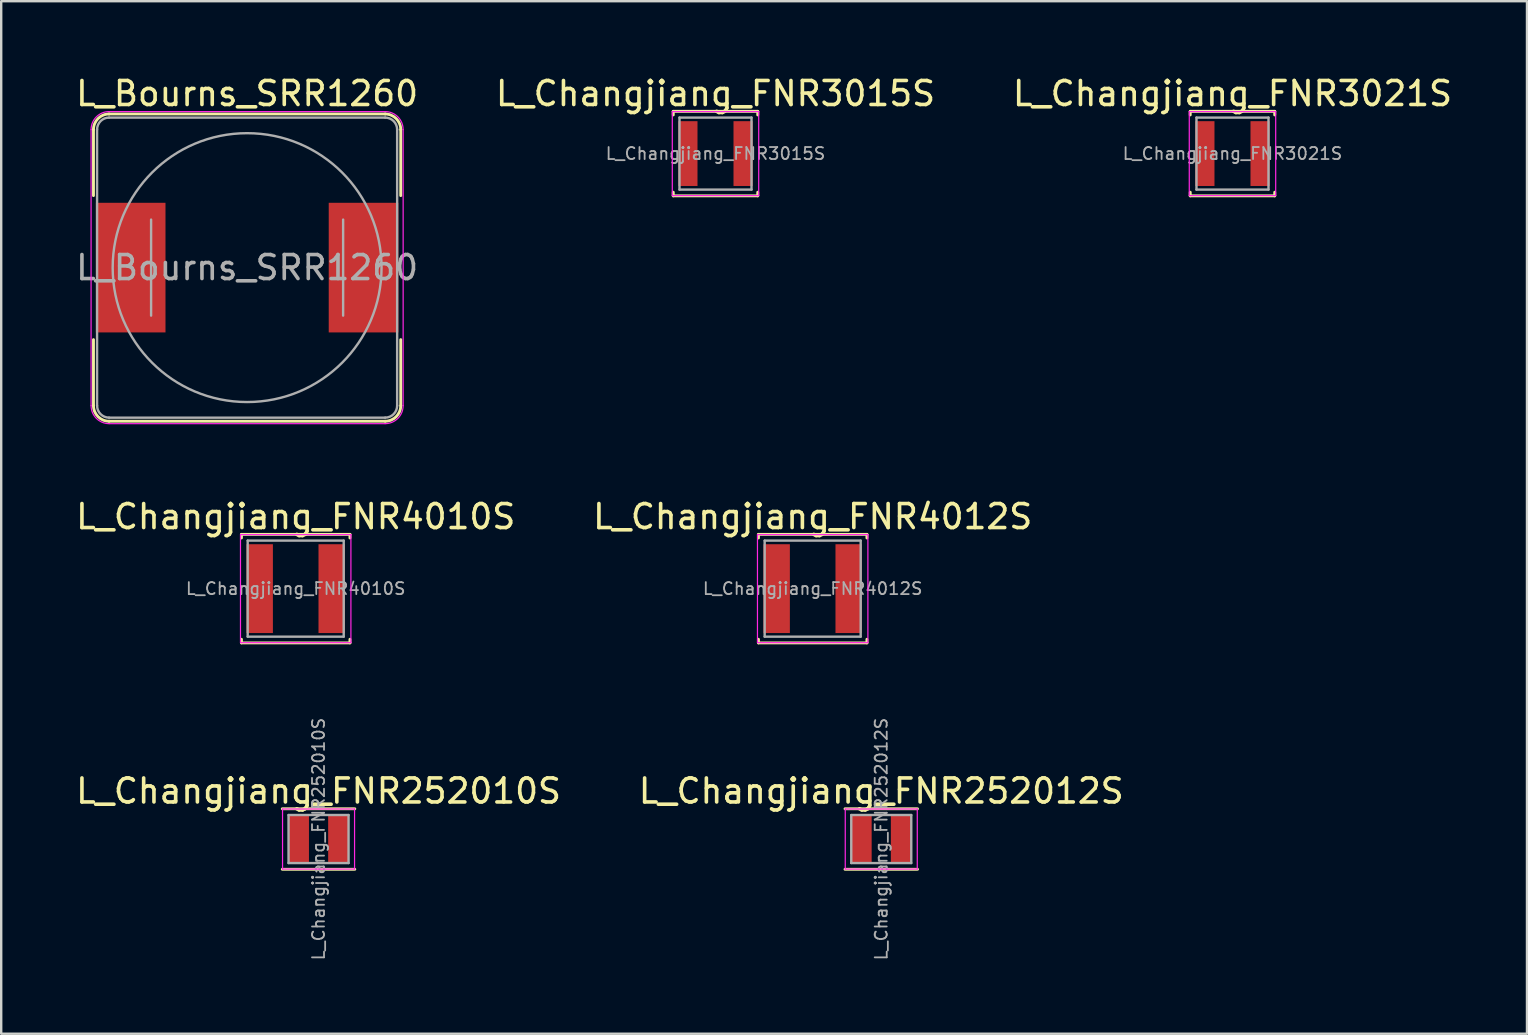
<source format=kicad_pcb>
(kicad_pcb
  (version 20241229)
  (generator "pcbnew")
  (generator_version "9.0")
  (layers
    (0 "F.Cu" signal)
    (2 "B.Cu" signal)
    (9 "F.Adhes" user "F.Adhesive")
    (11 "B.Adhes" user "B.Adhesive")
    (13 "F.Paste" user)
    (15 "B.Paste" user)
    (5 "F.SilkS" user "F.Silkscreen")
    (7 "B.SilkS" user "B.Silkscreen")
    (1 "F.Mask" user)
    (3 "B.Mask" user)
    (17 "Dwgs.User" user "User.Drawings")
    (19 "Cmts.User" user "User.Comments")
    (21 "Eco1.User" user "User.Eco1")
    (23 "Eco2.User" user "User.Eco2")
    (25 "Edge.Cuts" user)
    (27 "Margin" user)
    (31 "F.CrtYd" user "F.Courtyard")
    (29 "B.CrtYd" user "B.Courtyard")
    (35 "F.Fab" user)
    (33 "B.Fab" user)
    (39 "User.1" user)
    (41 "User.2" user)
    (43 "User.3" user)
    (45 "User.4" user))
  (footprint "L_Changjiang_FNR3015S"
    (layer "F.Cu")
    (at 26.756 3.348)
    (property "Reference" "L_Changjiang_FNR3015S" (at 0 -2.5 0) (layer "F.SilkS") (effects (font (size 1 1) (thickness 0.15))))
    (attr smd)
    (fp_line (start -1.76 -1.76) (end -1.76 -1.61) (stroke (width 0.12) (type solid)) (layer "F.SilkS"))
    (fp_line (start -1.76 -1.76) (end 1.76 -1.76) (stroke (width 0.12) (type solid)) (layer "F.SilkS"))
    (fp_line (start -1.76 1.76) (end -1.76 1.61) (stroke (width 0.12) (type solid)) (layer "F.SilkS"))
    (fp_line (start -1.76 1.76) (end 1.76 1.76) (stroke (width 0.12) (type solid)) (layer "F.SilkS"))
    (fp_line (start 1.76 -1.76) (end 1.76 -1.61) (stroke (width 0.12) (type solid)) (layer "F.SilkS"))
    (fp_line (start 1.76 1.76) (end 1.76 1.61) (stroke (width 0.12) (type solid)) (layer "F.SilkS"))
    (fp_line (start -1.8 -1.75) (end -1.8 1.75) (stroke (width 0.05) (type solid)) (layer "F.CrtYd"))
    (fp_line (start -1.8 1.75) (end 1.8 1.75) (stroke (width 0.05) (type solid)) (layer "F.CrtYd"))
    (fp_line (start 1.8 -1.75) (end -1.8 -1.75) (stroke (width 0.05) (type solid)) (layer "F.CrtYd"))
    (fp_line (start 1.8 1.75) (end 1.8 -1.75) (stroke (width 0.05) (type solid)) (layer "F.CrtYd"))
    (fp_line (start -1.5 -1.5) (end -1.5 1.5) (stroke (width 0.1) (type solid)) (layer "F.Fab"))
    (fp_line (start -1.5 1.5) (end 1.5 1.5) (stroke (width 0.1) (type solid)) (layer "F.Fab"))
    (fp_line (start 1.5 -1.5) (end -1.5 -1.5) (stroke (width 0.1) (type solid)) (layer "F.Fab"))
    (fp_line (start 1.5 1.5) (end 1.5 -1.5) (stroke (width 0.1) (type solid)) (layer "F.Fab"))
    (fp_text user "${REFERENCE}" (at 0 0 0) (layer "F.Fab") (effects (font (size 0.5 0.5) (thickness 0.075))))
    (pad "1" smd rect (at -1.15 0) (size 0.8 2.7) (layers "F.Cu" "F.Mask" "F.Paste"))
    (pad "2" smd rect (at 1.15 0) (size 0.8 2.7) (layers "F.Cu" "F.Mask" "F.Paste")))
  (footprint "L_Changjiang_FNR4012S"
    (layer "F.Cu")
    (at 30.804 21.471)
    (property "Reference" "L_Changjiang_FNR4012S" (at 0 -3 0) (layer "F.SilkS") (effects (font (size 1 1) (thickness 0.15))))
    (attr smd)
    (fp_line (start -2.26 -2.26) (end -2.26 -2.11) (stroke (width 0.12) (type solid)) (layer "F.SilkS"))
    (fp_line (start -2.26 -2.26) (end 2.26 -2.26) (stroke (width 0.12) (type solid)) (layer "F.SilkS"))
    (fp_line (start -2.26 2.26) (end -2.26 2.11) (stroke (width 0.12) (type solid)) (layer "F.SilkS"))
    (fp_line (start -2.26 2.26) (end 2.26 2.26) (stroke (width 0.12) (type solid)) (layer "F.SilkS"))
    (fp_line (start 2.26 -2.26) (end 2.26 -2.11) (stroke (width 0.12) (type solid)) (layer "F.SilkS"))
    (fp_line (start 2.26 2.26) (end 2.26 2.11) (stroke (width 0.12) (type solid)) (layer "F.SilkS"))
    (fp_line (start -2.3 -2.25) (end -2.3 2.25) (stroke (width 0.05) (type solid)) (layer "F.CrtYd"))
    (fp_line (start -2.3 2.25) (end 2.3 2.25) (stroke (width 0.05) (type solid)) (layer "F.CrtYd"))
    (fp_line (start 2.3 -2.25) (end -2.3 -2.25) (stroke (width 0.05) (type solid)) (layer "F.CrtYd"))
    (fp_line (start 2.3 2.25) (end 2.3 -2.25) (stroke (width 0.05) (type solid)) (layer "F.CrtYd"))
    (fp_line (start -2 -2) (end -2 2) (stroke (width 0.1) (type solid)) (layer "F.Fab"))
    (fp_line (start -2 2) (end 2 2) (stroke (width 0.1) (type solid)) (layer "F.Fab"))
    (fp_line (start 2 -2) (end -2 -2) (stroke (width 0.1) (type solid)) (layer "F.Fab"))
    (fp_line (start 2 2) (end 2 -2) (stroke (width 0.1) (type solid)) (layer "F.Fab"))
    (fp_text user "${REFERENCE}" (at 0 0 0) (layer "F.Fab") (effects (font (size 0.5 0.5) (thickness 0.075))))
    (pad "1" smd rect (at -1.5 0) (size 1.1 3.7) (layers "F.Cu" "F.Mask" "F.Paste"))
    (pad "2" smd rect (at 1.5 0) (size 1.1 3.7) (layers "F.Cu" "F.Mask" "F.Paste")))
  (footprint "L_Changjiang_FNR3021S"
    (layer "F.Cu")
    (at 48.292 3.348)
    (property "Reference" "L_Changjiang_FNR3021S" (at 0 -2.5 0) (layer "F.SilkS") (effects (font (size 1 1) (thickness 0.15))))
    (attr smd)
    (fp_line (start -1.76 -1.76) (end -1.76 -1.61) (stroke (width 0.12) (type solid)) (layer "F.SilkS"))
    (fp_line (start -1.76 -1.76) (end 1.76 -1.76) (stroke (width 0.12) (type solid)) (layer "F.SilkS"))
    (fp_line (start -1.76 1.76) (end -1.76 1.61) (stroke (width 0.12) (type solid)) (layer "F.SilkS"))
    (fp_line (start -1.76 1.76) (end 1.76 1.76) (stroke (width 0.12) (type solid)) (layer "F.SilkS"))
    (fp_line (start 1.76 -1.76) (end 1.76 -1.61) (stroke (width 0.12) (type solid)) (layer "F.SilkS"))
    (fp_line (start 1.76 1.76) (end 1.76 1.61) (stroke (width 0.12) (type solid)) (layer "F.SilkS"))
    (fp_line (start -1.8 -1.75) (end -1.8 1.75) (stroke (width 0.05) (type solid)) (layer "F.CrtYd"))
    (fp_line (start -1.8 1.75) (end 1.8 1.75) (stroke (width 0.05) (type solid)) (layer "F.CrtYd"))
    (fp_line (start 1.8 -1.75) (end -1.8 -1.75) (stroke (width 0.05) (type solid)) (layer "F.CrtYd"))
    (fp_line (start 1.8 1.75) (end 1.8 -1.75) (stroke (width 0.05) (type solid)) (layer "F.CrtYd"))
    (fp_line (start -1.5 -1.5) (end -1.5 1.5) (stroke (width 0.1) (type solid)) (layer "F.Fab"))
    (fp_line (start -1.5 1.5) (end 1.5 1.5) (stroke (width 0.1) (type solid)) (layer "F.Fab"))
    (fp_line (start 1.5 -1.5) (end -1.5 -1.5) (stroke (width 0.1) (type solid)) (layer "F.Fab"))
    (fp_line (start 1.5 1.5) (end 1.5 -1.5) (stroke (width 0.1) (type solid)) (layer "F.Fab"))
    (fp_text user "${REFERENCE}" (at 0 0 0) (layer "F.Fab") (effects (font (size 0.5 0.5) (thickness 0.075))))
    (pad "1" smd rect (at -1.15 0) (size 0.8 2.7) (layers "F.Cu" "F.Mask" "F.Paste"))
    (pad "2" smd rect (at 1.15 0) (size 0.8 2.7) (layers "F.Cu" "F.Mask" "F.Paste")))
  (footprint "L_Changjiang_FNR252012S"
    (layer "F.Cu")
    (at 33.661 31.902)
    (property "Reference" "L_Changjiang_FNR252012S" (at 0 -2 0) (layer "F.SilkS") (effects (font (size 1 1) (thickness 0.15))))
    (attr smd)
    (fp_line (start -1.51 -1.26) (end 1.51 -1.26) (stroke (width 0.12) (type solid)) (layer "F.SilkS"))
    (fp_line (start -1.51 1.26) (end 1.51 1.26) (stroke (width 0.12) (type solid)) (layer "F.SilkS"))
    (fp_line (start -1.5 -1.25) (end -1.5 1.25) (stroke (width 0.05) (type solid)) (layer "F.CrtYd"))
    (fp_line (start -1.5 1.25) (end 1.5 1.25) (stroke (width 0.05) (type solid)) (layer "F.CrtYd"))
    (fp_line (start 1.5 -1.25) (end -1.5 -1.25) (stroke (width 0.05) (type solid)) (layer "F.CrtYd"))
    (fp_line (start 1.5 1.25) (end 1.5 -1.25) (stroke (width 0.05) (type solid)) (layer "F.CrtYd"))
    (fp_line (start -1.25 -1) (end -1.25 1) (stroke (width 0.1) (type solid)) (layer "F.Fab"))
    (fp_line (start -1.25 1) (end 1.25 1) (stroke (width 0.1) (type solid)) (layer "F.Fab"))
    (fp_line (start 1.25 -1) (end -1.25 -1) (stroke (width 0.1) (type solid)) (layer "F.Fab"))
    (fp_line (start 1.25 1) (end 1.25 -1) (stroke (width 0.1) (type solid)) (layer "F.Fab"))
    (fp_text user "${REFERENCE}" (at 0 0 90) (layer "F.Fab") (effects (font (size 0.5 0.5) (thickness 0.075))))
    (pad "1" smd rect (at -0.825 0) (size 0.85 2) (layers "F.Cu" "F.Mask" "F.Paste"))
    (pad "2" smd rect (at 0.825 0) (size 0.85 2) (layers "F.Cu" "F.Mask" "F.Paste")))
  (footprint "L_Changjiang_FNR4010S"
    (layer "F.Cu")
    (at 9.268 21.471)
    (property "Reference" "L_Changjiang_FNR4010S" (at 0 -3 0) (layer "F.SilkS") (effects (font (size 1 1) (thickness 0.15))))
    (attr smd)
    (fp_line (start -2.26 -2.26) (end -2.26 -2.11) (stroke (width 0.12) (type solid)) (layer "F.SilkS"))
    (fp_line (start -2.26 -2.26) (end 2.26 -2.26) (stroke (width 0.12) (type solid)) (layer "F.SilkS"))
    (fp_line (start -2.26 2.26) (end -2.26 2.11) (stroke (width 0.12) (type solid)) (layer "F.SilkS"))
    (fp_line (start -2.26 2.26) (end 2.26 2.26) (stroke (width 0.12) (type solid)) (layer "F.SilkS"))
    (fp_line (start 2.26 -2.26) (end 2.26 -2.11) (stroke (width 0.12) (type solid)) (layer "F.SilkS"))
    (fp_line (start 2.26 2.26) (end 2.26 2.11) (stroke (width 0.12) (type solid)) (layer "F.SilkS"))
    (fp_line (start -2.3 -2.25) (end -2.3 2.25) (stroke (width 0.05) (type solid)) (layer "F.CrtYd"))
    (fp_line (start -2.3 2.25) (end 2.3 2.25) (stroke (width 0.05) (type solid)) (layer "F.CrtYd"))
    (fp_line (start 2.3 -2.25) (end -2.3 -2.25) (stroke (width 0.05) (type solid)) (layer "F.CrtYd"))
    (fp_line (start 2.3 2.25) (end 2.3 -2.25) (stroke (width 0.05) (type solid)) (layer "F.CrtYd"))
    (fp_line (start -2 -2) (end -2 2) (stroke (width 0.1) (type solid)) (layer "F.Fab"))
    (fp_line (start -2 2) (end 2 2) (stroke (width 0.1) (type solid)) (layer "F.Fab"))
    (fp_line (start 2 -2) (end -2 -2) (stroke (width 0.1) (type solid)) (layer "F.Fab"))
    (fp_line (start 2 2) (end 2 -2) (stroke (width 0.1) (type solid)) (layer "F.Fab"))
    (fp_text user "${REFERENCE}" (at 0 0 0) (layer "F.Fab") (effects (font (size 0.5 0.5) (thickness 0.075))))
    (pad "1" smd rect (at -1.5 0) (size 1.1 3.7) (layers "F.Cu" "F.Mask" "F.Paste"))
    (pad "2" smd rect (at 1.5 0) (size 1.1 3.7) (layers "F.Cu" "F.Mask" "F.Paste")))
  (footprint "L_Changjiang_FNR252010S"
    (layer "F.Cu")
    (at 10.22 31.902)
    (property "Reference" "L_Changjiang_FNR252010S" (at 0 -2 0) (layer "F.SilkS") (effects (font (size 1 1) (thickness 0.15))))
    (attr smd)
    (fp_line (start -1.51 -1.26) (end 1.51 -1.26) (stroke (width 0.12) (type solid)) (layer "F.SilkS"))
    (fp_line (start -1.51 1.26) (end 1.51 1.26) (stroke (width 0.12) (type solid)) (layer "F.SilkS"))
    (fp_line (start -1.5 -1.25) (end -1.5 1.25) (stroke (width 0.05) (type solid)) (layer "F.CrtYd"))
    (fp_line (start -1.5 1.25) (end 1.5 1.25) (stroke (width 0.05) (type solid)) (layer "F.CrtYd"))
    (fp_line (start 1.5 -1.25) (end -1.5 -1.25) (stroke (width 0.05) (type solid)) (layer "F.CrtYd"))
    (fp_line (start 1.5 1.25) (end 1.5 -1.25) (stroke (width 0.05) (type solid)) (layer "F.CrtYd"))
    (fp_line (start -1.25 -1) (end -1.25 1) (stroke (width 0.1) (type solid)) (layer "F.Fab"))
    (fp_line (start -1.25 1) (end 1.25 1) (stroke (width 0.1) (type solid)) (layer "F.Fab"))
    (fp_line (start 1.25 -1) (end -1.25 -1) (stroke (width 0.1) (type solid)) (layer "F.Fab"))
    (fp_line (start 1.25 1) (end 1.25 -1) (stroke (width 0.1) (type solid)) (layer "F.Fab"))
    (fp_text user "${REFERENCE}" (at 0 0 90) (layer "F.Fab") (effects (font (size 0.5 0.5) (thickness 0.075))))
    (pad "1" smd rect (at -0.825 0) (size 0.85 2) (layers "F.Cu" "F.Mask" "F.Paste"))
    (pad "2" smd rect (at 0.825 0) (size 0.85 2) (layers "F.Cu" "F.Mask" "F.Paste")))
  (footprint "L_Bourns_SRR1260"
    (layer "F.Cu")
    (at 7.244 8.098)
    (property "Reference" "L_Bourns_SRR1260" (at 0 -7.25 0) (layer "F.SilkS") (effects (font (size 1 1) (thickness 0.15))))
    (attr smd)
    (fp_line (start -6.4 -5.75) (end -6.4 -3) (stroke (width 0.12) (type solid)) (layer "F.SilkS"))
    (fp_line (start -6.4 3) (end -6.4 5.75) (stroke (width 0.12) (type solid)) (layer "F.SilkS"))
    (fp_line (start -5.75 -6.4) (end 5.75 -6.4) (stroke (width 0.12) (type solid)) (layer "F.SilkS"))
    (fp_line (start 5.75 6.4) (end -5.75 6.4) (stroke (width 0.12) (type solid)) (layer "F.SilkS"))
    (fp_line (start 6.4 -5.75) (end 6.4 -3) (stroke (width 0.12) (type solid)) (layer "F.SilkS"))
    (fp_line (start 6.4 3) (end 6.4 5.75) (stroke (width 0.12) (type solid)) (layer "F.SilkS"))
    (fp_arc (start -6.4 -5.75) (mid -6.209619 -6.209619) (end -5.75 -6.4) (stroke (width 0.12) (type solid)) (layer "F.SilkS"))
    (fp_arc (start -5.75 6.4) (mid -6.209619 6.209619) (end -6.4 5.75) (stroke (width 0.12) (type solid)) (layer "F.SilkS"))
    (fp_arc (start 5.75 -6.4) (mid 6.209619 -6.209619) (end 6.4 -5.75) (stroke (width 0.12) (type solid)) (layer "F.SilkS"))
    (fp_arc (start 6.4 5.75) (mid 6.209619 6.209619) (end 5.75 6.4) (stroke (width 0.12) (type solid)) (layer "F.SilkS"))
    (fp_line (start -6.5 5.75) (end -6.5 -5.75) (stroke (width 0.05) (type solid)) (layer "F.CrtYd"))
    (fp_line (start -5.75 -6.5) (end 5.75 -6.5) (stroke (width 0.05) (type solid)) (layer "F.CrtYd"))
    (fp_line (start 5.75 6.5) (end -5.75 6.5) (stroke (width 0.05) (type solid)) (layer "F.CrtYd"))
    (fp_line (start 6.5 -5.75) (end 6.5 5.75) (stroke (width 0.05) (type solid)) (layer "F.CrtYd"))
    (fp_arc (start -6.5 -5.75) (mid -6.28033 -6.28033) (end -5.75 -6.5) (stroke (width 0.05) (type solid)) (layer "F.CrtYd"))
    (fp_arc (start -5.75 6.5) (mid -6.28033 6.28033) (end -6.5 5.75) (stroke (width 0.05) (type solid)) (layer "F.CrtYd"))
    (fp_arc (start 5.75 -6.5) (mid 6.28033 -6.28033) (end 6.5 -5.75) (stroke (width 0.05) (type solid)) (layer "F.CrtYd"))
    (fp_arc (start 6.5 5.75) (mid 6.28033 6.28033) (end 5.75 6.5) (stroke (width 0.05) (type solid)) (layer "F.CrtYd"))
    (fp_line (start -6.25 -5.75) (end -6.25 5.75) (stroke (width 0.1) (type solid)) (layer "F.Fab"))
    (fp_line (start -5.75 -6.25) (end 5.75 -6.25) (stroke (width 0.1) (type solid)) (layer "F.Fab"))
    (fp_line (start -4 2) (end -4 -2) (stroke (width 0.1) (type solid)) (layer "F.Fab"))
    (fp_line (start 4 -2) (end 4 2) (stroke (width 0.1) (type solid)) (layer "F.Fab"))
    (fp_line (start 5.75 6.25) (end -5.75 6.25) (stroke (width 0.1) (type solid)) (layer "F.Fab"))
    (fp_line (start 6.25 -5.75) (end 6.25 5.75) (stroke (width 0.1) (type solid)) (layer "F.Fab"))
    (fp_arc (start -6.25 -5.75) (mid -6.103553 -6.103553) (end -5.75 -6.25) (stroke (width 0.1) (type solid)) (layer "F.Fab"))
    (fp_arc (start -5.75 6.25) (mid -6.103553 6.103553) (end -6.25 5.75) (stroke (width 0.1) (type solid)) (layer "F.Fab"))
    (fp_arc (start 5.75 -6.25) (mid 6.103553 -6.103553) (end 6.25 -5.75) (stroke (width 0.1) (type solid)) (layer "F.Fab"))
    (fp_arc (start 6.25 5.75) (mid 6.103553 6.103553) (end 5.75 6.25) (stroke (width 0.1) (type solid)) (layer "F.Fab"))
    (fp_circle (center 0 0) (end 0 -5.6) (stroke (width 0.1) (type solid)) (fill no) (layer "F.Fab"))
    (fp_text user "${REFERENCE}" (at 0 0 0) (layer "F.Fab") (effects (font (size 1 1) (thickness 0.15))))
    (pad "1" smd rect (at -4.85 0) (size 2.9 5.4) (layers "F.Cu" "F.Mask" "F.Paste"))
    (pad "2" smd rect (at 4.85 0) (size 2.9 5.4) (layers "F.Cu" "F.Mask" "F.Paste")))
  (gr_rect
    (start -3 -3)
    (end 60.56 40.012)
    (stroke (width 0.1) (type default))
    (fill no)
    (layer "Edge.Cuts")))
</source>
